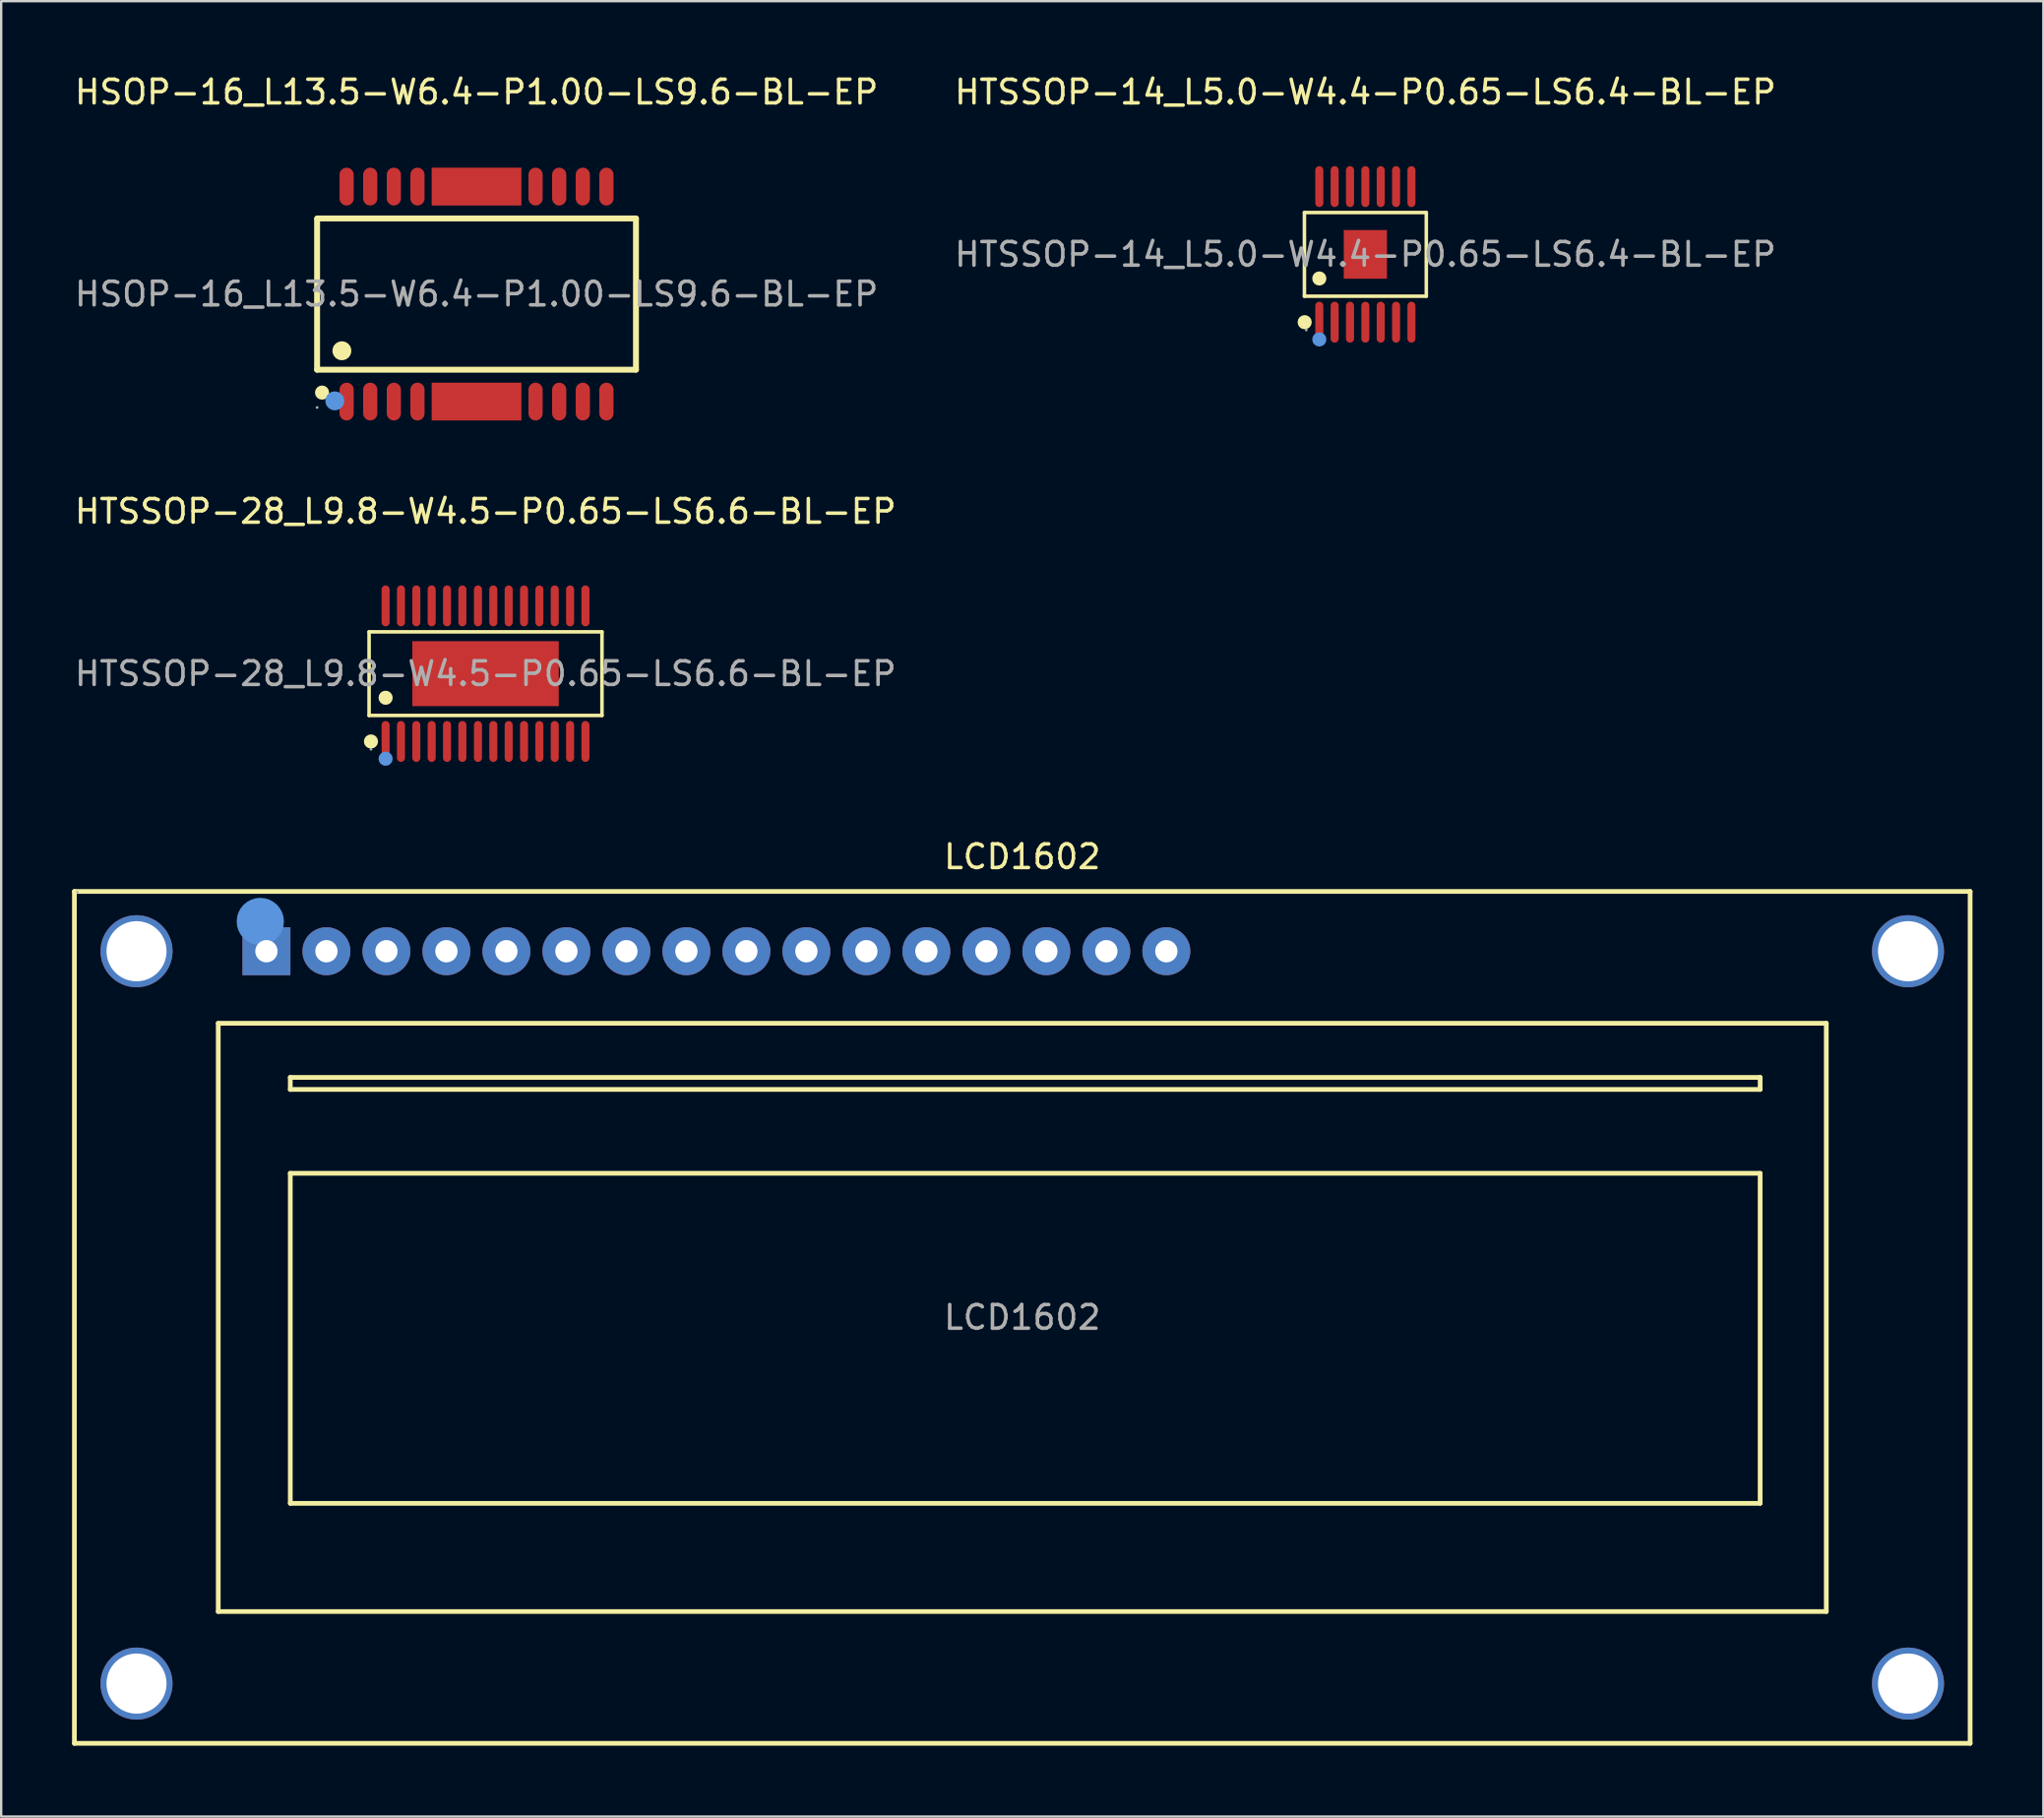
<source format=kicad_pcb>
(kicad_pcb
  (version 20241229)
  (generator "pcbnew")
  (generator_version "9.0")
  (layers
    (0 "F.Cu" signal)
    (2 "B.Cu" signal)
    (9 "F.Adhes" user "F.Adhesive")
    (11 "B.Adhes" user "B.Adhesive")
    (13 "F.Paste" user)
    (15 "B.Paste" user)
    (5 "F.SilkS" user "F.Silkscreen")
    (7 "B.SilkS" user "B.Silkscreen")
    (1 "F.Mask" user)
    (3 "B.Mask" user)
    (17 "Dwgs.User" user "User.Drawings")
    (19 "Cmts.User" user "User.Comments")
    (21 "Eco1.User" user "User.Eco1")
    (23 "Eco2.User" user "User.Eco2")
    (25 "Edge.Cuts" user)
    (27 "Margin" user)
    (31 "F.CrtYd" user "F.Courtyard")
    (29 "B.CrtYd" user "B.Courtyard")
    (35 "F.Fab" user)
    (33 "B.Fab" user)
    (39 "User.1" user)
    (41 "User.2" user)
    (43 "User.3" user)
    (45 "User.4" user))
  (footprint "HTSSOP-28_L9.8-W4.5-P0.65-LS6.6-BL-EP"
    (layer "F.Cu")
    (at 17.506 25.466)
    (property "Reference" "HTSSOP-28_L9.8-W4.5-P0.65-LS6.6-BL-EP" (at 0 -6.87 0) (layer "F.SilkS") (effects (font (size 1 1) (thickness 0.15))))
    (attr through_hole)
    (fp_line (start -4.93 -1.77) (end 4.93 -1.77) (stroke (width 0.15) (type solid)) (layer "F.SilkS"))
    (fp_line (start -4.93 1.77) (end -4.93 -1.77) (stroke (width 0.15) (type solid)) (layer "F.SilkS"))
    (fp_line (start 4.93 -1.77) (end 4.93 1.77) (stroke (width 0.15) (type solid)) (layer "F.SilkS"))
    (fp_line (start 4.93 1.77) (end -4.93 1.77) (stroke (width 0.15) (type solid)) (layer "F.SilkS"))
    (fp_circle (center -4.85 2.87) (end -4.7 2.87) (stroke (width 0.3) (type solid)) (fill no) (layer "F.SilkS"))
    (fp_circle (center -4.23 1.02) (end -4.08 1.02) (stroke (width 0.3) (type solid)) (fill no) (layer "F.SilkS"))
    (fp_circle (center -4.23 3.6) (end -4.08 3.6) (stroke (width 0.3) (type solid)) (fill no) (layer "Cmts.User"))
    (fp_circle (center -4.85 3.2) (end -4.82 3.2) (stroke (width 0.06) (type solid)) (fill no) (layer "F.Fab"))
    (fp_text user "${REFERENCE}" (at 0 0 0) (layer "F.Fab") (effects (font (size 1 1) (thickness 0.15))))
    (pad "1" smd oval (at -4.23 2.87) (size 0.34 1.73) (layers "F.Cu" "F.Mask" "F.Paste"))
    (pad "2" smd oval (at -3.58 2.87) (size 0.34 1.73) (layers "F.Cu" "F.Mask" "F.Paste"))
    (pad "3" smd oval (at -2.93 2.87) (size 0.34 1.73) (layers "F.Cu" "F.Mask" "F.Paste"))
    (pad "4" smd oval (at -2.28 2.87) (size 0.34 1.73) (layers "F.Cu" "F.Mask" "F.Paste"))
    (pad "5" smd oval (at -1.63 2.87) (size 0.34 1.73) (layers "F.Cu" "F.Mask" "F.Paste"))
    (pad "6" smd oval (at -0.98 2.87) (size 0.34 1.73) (layers "F.Cu" "F.Mask" "F.Paste"))
    (pad "7" smd oval (at -0.32 2.87) (size 0.34 1.73) (layers "F.Cu" "F.Mask" "F.Paste"))
    (pad "8" smd oval (at 0.33 2.87) (size 0.34 1.73) (layers "F.Cu" "F.Mask" "F.Paste"))
    (pad "9" smd oval (at 0.98 2.87) (size 0.34 1.73) (layers "F.Cu" "F.Mask" "F.Paste"))
    (pad "10" smd oval (at 1.63 2.87) (size 0.34 1.73) (layers "F.Cu" "F.Mask" "F.Paste"))
    (pad "11" smd oval (at 2.28 2.87) (size 0.34 1.73) (layers "F.Cu" "F.Mask" "F.Paste"))
    (pad "12" smd oval (at 2.93 2.87) (size 0.34 1.73) (layers "F.Cu" "F.Mask" "F.Paste"))
    (pad "13" smd oval (at 3.58 2.87) (size 0.34 1.73) (layers "F.Cu" "F.Mask" "F.Paste"))
    (pad "14" smd oval (at 4.23 2.87) (size 0.34 1.73) (layers "F.Cu" "F.Mask" "F.Paste"))
    (pad "15" smd oval (at 4.23 -2.87) (size 0.34 1.73) (layers "F.Cu" "F.Mask" "F.Paste"))
    (pad "16" smd oval (at 3.58 -2.87) (size 0.34 1.73) (layers "F.Cu" "F.Mask" "F.Paste"))
    (pad "17" smd oval (at 2.93 -2.87) (size 0.34 1.73) (layers "F.Cu" "F.Mask" "F.Paste"))
    (pad "18" smd oval (at 2.28 -2.87) (size 0.34 1.73) (layers "F.Cu" "F.Mask" "F.Paste"))
    (pad "19" smd oval (at 1.63 -2.87) (size 0.34 1.73) (layers "F.Cu" "F.Mask" "F.Paste"))
    (pad "20" smd oval (at 0.98 -2.87) (size 0.34 1.73) (layers "F.Cu" "F.Mask" "F.Paste"))
    (pad "21" smd oval (at 0.33 -2.87) (size 0.34 1.73) (layers "F.Cu" "F.Mask" "F.Paste"))
    (pad "22" smd oval (at -0.32 -2.87) (size 0.34 1.73) (layers "F.Cu" "F.Mask" "F.Paste"))
    (pad "23" smd oval (at -0.98 -2.87) (size 0.34 1.73) (layers "F.Cu" "F.Mask" "F.Paste"))
    (pad "24" smd oval (at -1.63 -2.87) (size 0.34 1.73) (layers "F.Cu" "F.Mask" "F.Paste"))
    (pad "25" smd oval (at -2.28 -2.87) (size 0.34 1.73) (layers "F.Cu" "F.Mask" "F.Paste"))
    (pad "26" smd oval (at -2.93 -2.87) (size 0.34 1.73) (layers "F.Cu" "F.Mask" "F.Paste"))
    (pad "27" smd oval (at -3.58 -2.87) (size 0.34 1.73) (layers "F.Cu" "F.Mask" "F.Paste"))
    (pad "28" smd oval (at -4.23 -2.87) (size 0.34 1.73) (layers "F.Cu" "F.Mask" "F.Paste"))
    (pad "29" smd rect (at 0 0) (size 6.2 2.75) (layers "F.Cu" "F.Mask" "F.Paste")))
  (footprint "LCD1602"
    (layer "F.Cu")
    (at 40.23 52.715)
    (property "Reference" "LCD1602" (at 0 -19.5 0) (layer "F.SilkS") (effects (font (size 1 1) (thickness 0.15))))
    (attr through_hole)
    (fp_line (start -40.13 -18.03) (end 40.13 -18.03) (stroke (width 0.2) (type solid)) (layer "F.SilkS"))
    (fp_line (start -40.13 18.03) (end -40.13 -18.03) (stroke (width 0.2) (type solid)) (layer "F.SilkS"))
    (fp_line (start -34.04 -12.45) (end 34.04 -12.45) (stroke (width 0.2) (type solid)) (layer "F.SilkS"))
    (fp_line (start -34.04 12.45) (end -34.04 -12.45) (stroke (width 0.2) (type solid)) (layer "F.SilkS"))
    (fp_line (start -30.99 -10.16) (end 31.24 -10.16) (stroke (width 0.2) (type solid)) (layer "F.SilkS"))
    (fp_line (start -30.99 -9.65) (end -30.99 -10.16) (stroke (width 0.2) (type solid)) (layer "F.SilkS"))
    (fp_line (start -30.99 -6.1) (end 31.24 -6.1) (stroke (width 0.2) (type solid)) (layer "F.SilkS"))
    (fp_line (start -30.99 7.87) (end -30.99 -6.1) (stroke (width 0.2) (type solid)) (layer "F.SilkS"))
    (fp_line (start 31.24 -10.16) (end 31.24 -9.65) (stroke (width 0.2) (type solid)) (layer "F.SilkS"))
    (fp_line (start 31.24 -9.65) (end -30.99 -9.65) (stroke (width 0.2) (type solid)) (layer "F.SilkS"))
    (fp_line (start 31.24 -6.1) (end 31.24 7.87) (stroke (width 0.2) (type solid)) (layer "F.SilkS"))
    (fp_line (start 31.24 7.87) (end -30.99 7.87) (stroke (width 0.2) (type solid)) (layer "F.SilkS"))
    (fp_line (start 34.04 -12.45) (end 34.04 12.45) (stroke (width 0.2) (type solid)) (layer "F.SilkS"))
    (fp_line (start 34.04 12.45) (end -34.04 12.45) (stroke (width 0.2) (type solid)) (layer "F.SilkS"))
    (fp_line (start 40.13 -18.03) (end 40.13 18.03) (stroke (width 0.2) (type solid)) (layer "F.SilkS"))
    (fp_line (start 40.13 18.03) (end -40.13 18.03) (stroke (width 0.2) (type solid)) (layer "F.SilkS"))
    (fp_circle (center -32.26 -16.76) (end -31.76 -16.76) (stroke (width 1) (type solid)) (fill no) (layer "Cmts.User"))
    (fp_circle (center -40 -18) (end -39.97 -18) (stroke (width 0.06) (type solid)) (fill no) (layer "F.Fab"))
    (fp_text user "${REFERENCE}" (at 0 0 0) (layer "F.Fab") (effects (font (size 1 1) (thickness 0.15))))
    (pad "0" thru_hole circle (at -37.5 -15.5) (size 3.05 3.05) (drill oval 2.54 2.545) (layers "*.Cu" "*.Paste" "*.Mask"))
    (pad "0" thru_hole circle (at -37.5 15.5) (size 3.05 3.05) (drill oval 2.54 2.545) (layers "*.Cu" "*.Paste" "*.Mask"))
    (pad "0" thru_hole circle (at 37.5 -15.5) (size 3.05 3.05) (drill oval 2.54 2.545) (layers "*.Cu" "*.Paste" "*.Mask"))
    (pad "0" thru_hole circle (at 37.5 15.5) (size 3.05 3.05) (drill oval 2.54 2.545) (layers "*.Cu" "*.Paste" "*.Mask"))
    (pad "1" thru_hole rect (at -32 -15.5) (size 2.03 2.03) (drill oval 0.945 0.945) (layers "*.Cu" "*.Paste" "*.Mask"))
    (pad "2" thru_hole circle (at -29.46 -15.5) (size 2.03 2.03) (drill oval 0.945 0.945) (layers "*.Cu" "*.Paste" "*.Mask"))
    (pad "3" thru_hole circle (at -26.92 -15.5) (size 2.03 2.03) (drill oval 0.945 0.945) (layers "*.Cu" "*.Paste" "*.Mask"))
    (pad "4" thru_hole circle (at -24.38 -15.5) (size 2.03 2.03) (drill oval 0.945 0.945) (layers "*.Cu" "*.Paste" "*.Mask"))
    (pad "5" thru_hole circle (at -21.84 -15.5) (size 2.03 2.03) (drill oval 0.945 0.945) (layers "*.Cu" "*.Paste" "*.Mask"))
    (pad "6" thru_hole circle (at -19.3 -15.5) (size 2.03 2.03) (drill oval 0.945 0.945) (layers "*.Cu" "*.Paste" "*.Mask"))
    (pad "7" thru_hole circle (at -16.76 -15.5) (size 2.03 2.03) (drill oval 0.945 0.945) (layers "*.Cu" "*.Paste" "*.Mask"))
    (pad "8" thru_hole circle (at -14.22 -15.5) (size 2.03 2.03) (drill oval 0.945 0.945) (layers "*.Cu" "*.Paste" "*.Mask"))
    (pad "9" thru_hole circle (at -11.68 -15.5) (size 2.03 2.03) (drill oval 0.945 0.945) (layers "*.Cu" "*.Paste" "*.Mask"))
    (pad "10" thru_hole circle (at -9.14 -15.5) (size 2.03 2.03) (drill oval 0.945 0.945) (layers "*.Cu" "*.Paste" "*.Mask"))
    (pad "11" thru_hole circle (at -6.6 -15.5) (size 2.03 2.03) (drill oval 0.945 0.945) (layers "*.Cu" "*.Paste" "*.Mask"))
    (pad "12" thru_hole circle (at -4.06 -15.5) (size 2.03 2.03) (drill oval 0.945 0.945) (layers "*.Cu" "*.Paste" "*.Mask"))
    (pad "13" thru_hole circle (at -1.52 -15.5) (size 2.03 2.03) (drill oval 0.945 0.945) (layers "*.Cu" "*.Paste" "*.Mask"))
    (pad "14" thru_hole circle (at 1.02 -15.5) (size 2.03 2.03) (drill oval 0.945 0.945) (layers "*.Cu" "*.Paste" "*.Mask"))
    (pad "15" thru_hole circle (at 3.56 -15.5) (size 2.03 2.03) (drill oval 0.945 0.945) (layers "*.Cu" "*.Paste" "*.Mask"))
    (pad "16" thru_hole circle (at 6.1 -15.5) (size 2.03 2.03) (drill oval 0.945 0.945) (layers "*.Cu" "*.Paste" "*.Mask")))
  (footprint "HSOP-16_L13.5-W6.4-P1.00-LS9.6-BL-EP"
    (layer "F.Cu")
    (at 17.125 9.398)
    (property "Reference" "HSOP-16_L13.5-W6.4-P1.00-LS9.6-BL-EP" (at 0 -8.55 0) (layer "F.SilkS") (effects (font (size 1 1) (thickness 0.15))))
    (attr through_hole)
    (fp_line (start -6.75 -3.2) (end -6.75 3.2) (stroke (width 0.25) (type solid)) (layer "F.SilkS"))
    (fp_line (start -6.75 3.2) (end 6.75 3.2) (stroke (width 0.25) (type solid)) (layer "F.SilkS"))
    (fp_line (start -6.71 -3.2) (end -6.74 -3.17) (stroke (width 0.25) (type solid)) (layer "F.SilkS"))
    (fp_line (start 6.75 -3.2) (end -6.71 -3.2) (stroke (width 0.25) (type solid)) (layer "F.SilkS"))
    (fp_line (start 6.75 3.2) (end 6.75 -3.2) (stroke (width 0.25) (type solid)) (layer "F.SilkS"))
    (fp_arc (start -6.54 4.17) (mid -6.54 4.17) (end -6.54 4.17) (stroke (width 0.3) (type solid)) (layer "F.SilkS"))
    (fp_arc (start -5.7 2.4) (mid -5.7 2.4) (end -5.7 2.4) (stroke (width 0.4) (type solid)) (layer "F.SilkS"))
    (fp_circle (center -6 4.52) (end -5.8 4.52) (stroke (width 0.4) (type solid)) (fill no) (layer "Cmts.User"))
    (fp_circle (center -6.75 4.8) (end -6.72 4.8) (stroke (width 0.06) (type solid)) (fill no) (layer "F.Fab"))
    (fp_text user "${REFERENCE}" (at 0 0 0) (layer "F.Fab") (effects (font (size 1 1) (thickness 0.15))))
    (pad "0" smd rect (at 0 -4.55 180) (size 3.8 1.6) (layers "F.Cu" "F.Mask" "F.Paste"))
    (pad "0" smd rect (at 0 4.55 180) (size 3.8 1.6) (layers "F.Cu" "F.Mask" "F.Paste"))
    (pad "1" smd oval (at -5.5 4.55 180) (size 0.6 1.6) (layers "F.Cu" "F.Mask" "F.Paste"))
    (pad "2" smd oval (at -4.5 4.55 180) (size 0.6 1.6) (layers "F.Cu" "F.Mask" "F.Paste"))
    (pad "3" smd oval (at -3.5 4.55 180) (size 0.6 1.6) (layers "F.Cu" "F.Mask" "F.Paste"))
    (pad "4" smd oval (at -2.5 4.55 180) (size 0.6 1.6) (layers "F.Cu" "F.Mask" "F.Paste"))
    (pad "5" smd oval (at 2.5 4.55 180) (size 0.6 1.6) (layers "F.Cu" "F.Mask" "F.Paste"))
    (pad "6" smd oval (at 3.5 4.55 180) (size 0.6 1.6) (layers "F.Cu" "F.Mask" "F.Paste"))
    (pad "7" smd oval (at 4.5 4.55 180) (size 0.6 1.6) (layers "F.Cu" "F.Mask" "F.Paste"))
    (pad "8" smd oval (at 5.5 4.55 180) (size 0.6 1.6) (layers "F.Cu" "F.Mask" "F.Paste"))
    (pad "9" smd oval (at 5.5 -4.55 180) (size 0.6 1.6) (layers "F.Cu" "F.Mask" "F.Paste"))
    (pad "10" smd oval (at 4.5 -4.55 180) (size 0.6 1.6) (layers "F.Cu" "F.Mask" "F.Paste"))
    (pad "11" smd oval (at 3.5 -4.55 180) (size 0.6 1.6) (layers "F.Cu" "F.Mask" "F.Paste"))
    (pad "12" smd oval (at 2.5 -4.55 180) (size 0.6 1.6) (layers "F.Cu" "F.Mask" "F.Paste"))
    (pad "13" smd oval (at -2.5 -4.55 180) (size 0.6 1.6) (layers "F.Cu" "F.Mask" "F.Paste"))
    (pad "14" smd oval (at -3.5 -4.55 180) (size 0.6 1.6) (layers "F.Cu" "F.Mask" "F.Paste"))
    (pad "15" smd oval (at -4.5 -4.55 180) (size 0.6 1.6) (layers "F.Cu" "F.Mask" "F.Paste"))
    (pad "16" smd oval (at -5.5 -4.55 180) (size 0.6 1.6) (layers "F.Cu" "F.Mask" "F.Paste")))
  (footprint "HTSSOP-14_L5.0-W4.4-P0.65-LS6.4-BL-EP"
    (layer "F.Cu")
    (at 54.756 7.718)
    (property "Reference" "HTSSOP-14_L5.0-W4.4-P0.65-LS6.4-BL-EP" (at 0 -6.87 0) (layer "F.SilkS") (effects (font (size 1 1) (thickness 0.15))))
    (attr through_hole)
    (fp_line (start -2.58 -1.77) (end 2.58 -1.77) (stroke (width 0.15) (type solid)) (layer "F.SilkS"))
    (fp_line (start -2.58 1.77) (end -2.58 -1.77) (stroke (width 0.15) (type solid)) (layer "F.SilkS"))
    (fp_line (start 2.58 -1.77) (end 2.58 1.77) (stroke (width 0.15) (type solid)) (layer "F.SilkS"))
    (fp_line (start 2.58 1.77) (end -2.58 1.77) (stroke (width 0.15) (type solid)) (layer "F.SilkS"))
    (fp_circle (center -2.57 2.87) (end -2.42 2.87) (stroke (width 0.3) (type solid)) (fill no) (layer "F.SilkS"))
    (fp_circle (center -1.95 1.02) (end -1.8 1.02) (stroke (width 0.3) (type solid)) (fill no) (layer "F.SilkS"))
    (fp_circle (center -1.95 3.6) (end -1.8 3.6) (stroke (width 0.3) (type solid)) (fill no) (layer "Cmts.User"))
    (fp_circle (center -2.5 3.2) (end -2.47 3.2) (stroke (width 0.06) (type solid)) (fill no) (layer "F.Fab"))
    (fp_text user "${REFERENCE}" (at 0 0 0) (layer "F.Fab") (effects (font (size 1 1) (thickness 0.15))))
    (pad "1" smd oval (at -1.95 2.87) (size 0.34 1.73) (layers "F.Cu" "F.Mask" "F.Paste"))
    (pad "2" smd oval (at -1.3 2.87) (size 0.34 1.73) (layers "F.Cu" "F.Mask" "F.Paste"))
    (pad "3" smd oval (at -0.65 2.87) (size 0.34 1.73) (layers "F.Cu" "F.Mask" "F.Paste"))
    (pad "4" smd oval (at 0 2.87) (size 0.34 1.73) (layers "F.Cu" "F.Mask" "F.Paste"))
    (pad "5" smd oval (at 0.65 2.87) (size 0.34 1.73) (layers "F.Cu" "F.Mask" "F.Paste"))
    (pad "6" smd oval (at 1.3 2.87) (size 0.34 1.73) (layers "F.Cu" "F.Mask" "F.Paste"))
    (pad "7" smd oval (at 1.95 2.87) (size 0.34 1.73) (layers "F.Cu" "F.Mask" "F.Paste"))
    (pad "8" smd oval (at 1.95 -2.87) (size 0.34 1.73) (layers "F.Cu" "F.Mask" "F.Paste"))
    (pad "9" smd oval (at 1.3 -2.87) (size 0.34 1.73) (layers "F.Cu" "F.Mask" "F.Paste"))
    (pad "10" smd oval (at 0.65 -2.87) (size 0.34 1.73) (layers "F.Cu" "F.Mask" "F.Paste"))
    (pad "11" smd oval (at 0 -2.87) (size 0.34 1.73) (layers "F.Cu" "F.Mask" "F.Paste"))
    (pad "12" smd oval (at -0.65 -2.87) (size 0.34 1.73) (layers "F.Cu" "F.Mask" "F.Paste"))
    (pad "13" smd oval (at -1.3 -2.87) (size 0.34 1.73) (layers "F.Cu" "F.Mask" "F.Paste"))
    (pad "14" smd oval (at -1.95 -2.87) (size 0.34 1.73) (layers "F.Cu" "F.Mask" "F.Paste"))
    (pad "15" smd rect (at 0 0) (size 1.83 2.06) (layers "F.Cu" "F.Mask" "F.Paste")))
  (gr_rect
    (start -3 -3)
    (end 83.46 73.845)
    (stroke (width 0.1) (type default))
    (fill no)
    (layer "Edge.Cuts")))
</source>
